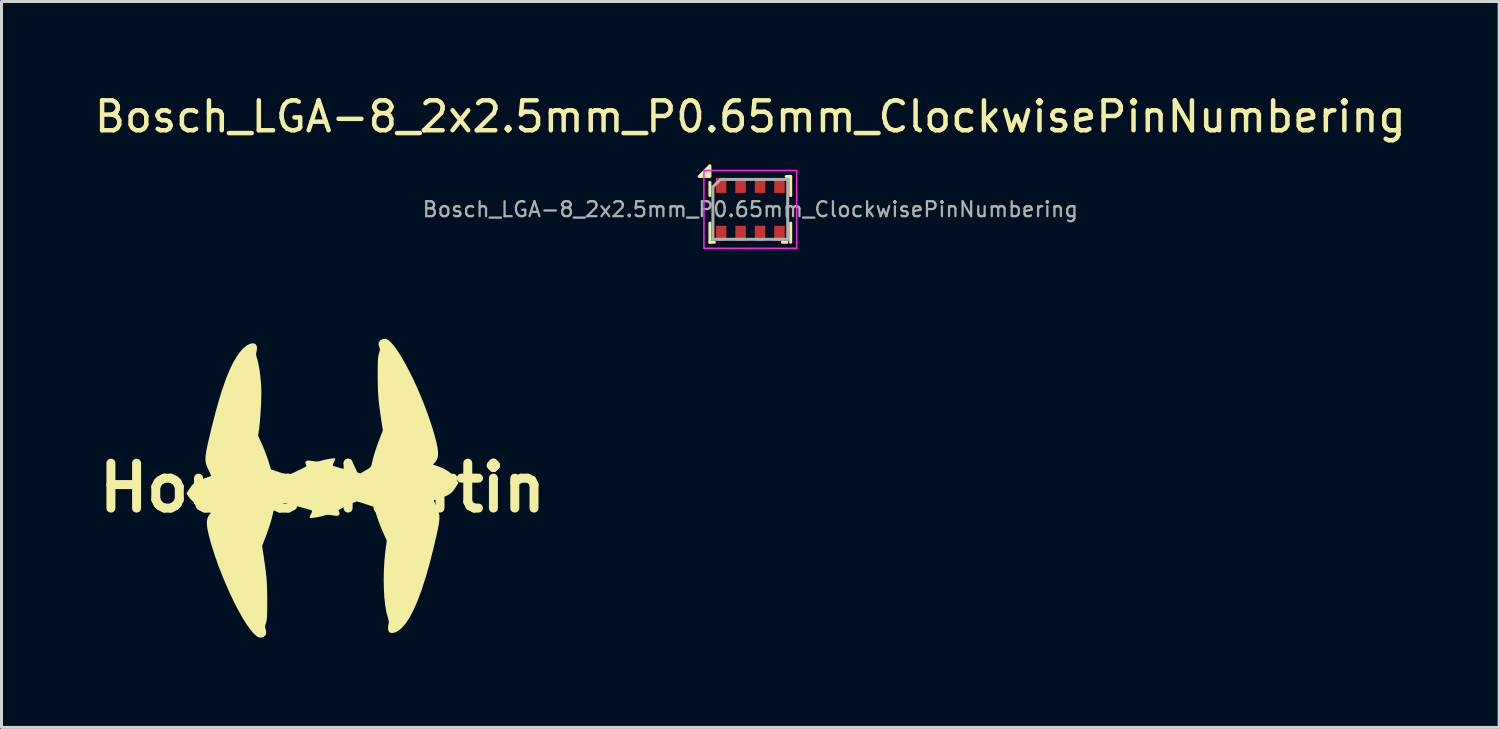
<source format=kicad_pcb>
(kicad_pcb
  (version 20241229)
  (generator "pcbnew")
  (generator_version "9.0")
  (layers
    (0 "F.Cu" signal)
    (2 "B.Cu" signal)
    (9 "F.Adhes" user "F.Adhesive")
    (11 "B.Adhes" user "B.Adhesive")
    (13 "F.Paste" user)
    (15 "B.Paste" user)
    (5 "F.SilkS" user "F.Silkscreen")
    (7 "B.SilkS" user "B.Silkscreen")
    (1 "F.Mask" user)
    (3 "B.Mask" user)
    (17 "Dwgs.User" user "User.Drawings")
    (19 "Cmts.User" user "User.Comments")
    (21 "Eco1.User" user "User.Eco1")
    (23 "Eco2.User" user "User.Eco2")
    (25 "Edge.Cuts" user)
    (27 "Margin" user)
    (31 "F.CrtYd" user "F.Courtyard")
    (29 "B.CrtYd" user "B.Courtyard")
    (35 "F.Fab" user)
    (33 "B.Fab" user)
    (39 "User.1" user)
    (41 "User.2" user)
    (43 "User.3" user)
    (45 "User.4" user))
  (footprint "House Martin"
    (layer "F.Cu")
    (at 7.729 13.255)
    (property "Reference" "House Martin" (at 0 0 0) (layer "F.SilkS") (effects (font (size 1.5 1.5) (thickness 0.3))))
    (attr board_only exclude_from_pos_files exclude_from_bom)
    (fp_poly (pts (xy 2.122 -4.979) (xy 2.205 -4.936) (xy 2.301 -4.849) (xy 2.408 -4.722) (xy 2.524 -4.558) (xy 2.646 -4.363) (xy 2.774 -4.139) (xy 2.905 -3.891) (xy 3.037 -3.624) (xy 3.167 -3.34) (xy 3.294 -3.045) (xy 3.415 -2.743) (xy 3.529 -2.437) (xy 3.633 -2.131) (xy 3.726 -1.831) (xy 3.742 -1.777) (xy 3.802 -1.55) (xy 3.842 -1.365) (xy 3.863 -1.214) (xy 3.863 -1.091) (xy 3.844 -0.992) (xy 3.806 -0.909) (xy 3.767 -0.856) (xy 3.693 -0.772) (xy 3.838 -0.727) (xy 4.054 -0.642) (xy 4.23 -0.535) (xy 4.376 -0.398) (xy 4.455 -0.297) (xy 4.547 -0.165) (xy 4.437 0.006) (xy 4.372 0.099) (xy 4.303 0.171) (xy 4.22 0.23) (xy 4.112 0.282) (xy 3.97 0.335) (xy 3.907 0.356) (xy 3.82 0.385) (xy 3.754 0.407) (xy 3.723 0.419) (xy 3.722 0.42) (xy 3.729 0.443) (xy 3.753 0.502) (xy 3.791 0.584) (xy 3.806 0.617) (xy 3.855 0.729) (xy 3.889 0.829) (xy 3.907 0.928) (xy 3.91 1.036) (xy 3.897 1.163) (xy 3.87 1.319) (xy 3.833 1.495) (xy 3.706 2.044) (xy 3.578 2.545) (xy 3.449 2.998) (xy 3.318 3.403) (xy 3.187 3.758) (xy 3.054 4.064) (xy 2.921 4.321) (xy 2.788 4.527) (xy 2.653 4.683) (xy 2.553 4.767) (xy 2.444 4.827) (xy 2.346 4.854) (xy 2.266 4.846) (xy 2.231 4.824) (xy 2.2 4.762) (xy 2.19 4.673) (xy 2.203 4.578) (xy 2.212 4.549) (xy 2.22 4.487) (xy 2.203 4.398) (xy 2.186 4.342) (xy 2.136 4.155) (xy 2.096 3.926) (xy 2.068 3.663) (xy 2.052 3.374) (xy 2.046 3.067) (xy 2.053 2.751) (xy 2.071 2.432) (xy 2.102 2.12) (xy 2.121 1.972) (xy 2.151 1.769) (xy 2.019 1.476) (xy 1.957 1.329) (xy 1.893 1.164) (xy 1.835 1.005) (xy 1.804 0.91) (xy 1.721 0.637) (xy 1.452 0.548) (xy 1.34 0.511) (xy 1.243 0.482) (xy 1.174 0.464) (xy 1.145 0.458) (xy 1.109 0.469) (xy 1.041 0.496) (xy 0.951 0.536) (xy 0.849 0.584) (xy 0.747 0.633) (xy 0.655 0.68) (xy 0.582 0.718) (xy 0.541 0.744) (xy 0.534 0.751) (xy 0.545 0.784) (xy 0.562 0.819) (xy 0.576 0.87) (xy 0.551 0.91) (xy 0.523 0.93) (xy 0.483 0.938) (xy 0.418 0.933) (xy 0.335 0.92) (xy 0.227 0.906) (xy 0.148 0.905) (xy 0.08 0.919) (xy 0.06 0.926) (xy -0.018 0.949) (xy -0.115 0.971) (xy -0.217 0.99) (xy -0.312 1.004) (xy -0.386 1.011) (xy -0.425 1.008) (xy -0.428 1.006) (xy -0.427 0.976) (xy -0.405 0.918) (xy -0.387 0.884) (xy -0.357 0.819) (xy -0.346 0.773) (xy -0.35 0.762) (xy -0.379 0.75) (xy -0.45 0.728) (xy -0.554 0.697) (xy -0.682 0.661) (xy -0.819 0.624) (xy -1.268 0.504) (xy -1.447 0.611) (xy -1.536 0.664) (xy -1.591 0.705) (xy -1.622 0.744) (xy -1.641 0.796) (xy -1.656 0.861) (xy -1.7 1.042) (xy -1.765 1.258) (xy -1.847 1.497) (xy -1.915 1.678) (xy -2.018 1.944) (xy -1.964 2.302) (xy -1.927 2.555) (xy -1.898 2.771) (xy -1.877 2.964) (xy -1.862 3.146) (xy -1.853 3.331) (xy -1.848 3.531) (xy -1.846 3.76) (xy -1.846 3.792) (xy -1.846 3.992) (xy -1.848 4.147) (xy -1.852 4.267) (xy -1.858 4.358) (xy -1.866 4.428) (xy -1.878 4.484) (xy -1.889 4.521) (xy -1.914 4.603) (xy -1.92 4.659) (xy -1.908 4.711) (xy -1.896 4.743) (xy -1.875 4.842) (xy -1.9 4.923) (xy -1.969 4.982) (xy -1.976 4.986) (xy -2.061 5.011) (xy -2.136 4.998) (xy -2.207 4.956) (xy -2.312 4.859) (xy -2.428 4.719) (xy -2.553 4.539) (xy -2.685 4.324) (xy -2.822 4.08) (xy -2.96 3.811) (xy -3.098 3.521) (xy -3.233 3.217) (xy -3.364 2.901) (xy -3.487 2.581) (xy -3.6 2.259) (xy -3.701 1.941) (xy -3.742 1.802) (xy -3.802 1.576) (xy -3.842 1.39) (xy -3.863 1.239) (xy -3.863 1.117) (xy -3.844 1.017) (xy -3.806 0.934) (xy -3.767 0.882) (xy -3.693 0.798) (xy -3.838 0.752) (xy -4.067 0.659) (xy -4.261 0.53) (xy -4.424 0.364) (xy -4.486 0.28) (xy -4.545 0.191) (xy -4.445 0.031) (xy -4.374 -0.07) (xy -4.295 -0.148) (xy -4.198 -0.213) (xy -4.07 -0.272) (xy -3.928 -0.323) (xy -3.836 -0.354) (xy -3.764 -0.378) (xy -3.725 -0.393) (xy -3.722 -0.394) (xy -3.729 -0.418) (xy -3.753 -0.477) (xy -3.791 -0.56) (xy -3.808 -0.597) (xy -3.846 -0.678) (xy -3.875 -0.752) (xy -3.897 -0.824) (xy -3.909 -0.899) (xy -3.912 -0.984) (xy -3.905 -1.083) (xy -3.888 -1.202) (xy -3.861 -1.346) (xy -3.822 -1.522) (xy -3.772 -1.735) (xy -3.71 -1.989) (xy -3.689 -2.074) (xy -3.57 -2.541) (xy -3.452 -2.959) (xy -3.335 -3.331) (xy -3.219 -3.657) (xy -3.103 -3.942) (xy -2.985 -4.185) (xy -2.865 -4.391) (xy -2.762 -4.536) (xy -2.655 -4.655) (xy -2.548 -4.744) (xy -2.445 -4.803) (xy -2.352 -4.83) (xy -2.276 -4.825) (xy -2.22 -4.785) (xy -2.191 -4.71) (xy -2.189 -4.67) (xy -2.196 -4.59) (xy -2.212 -4.524) (xy -2.22 -4.462) (xy -2.203 -4.373) (xy -2.185 -4.317) (xy -2.147 -4.176) (xy -2.112 -3.994) (xy -2.083 -3.781) (xy -2.059 -3.546) (xy -2.048 -3.385) (xy -2.044 -3.24) (xy -2.045 -3.058) (xy -2.051 -2.851) (xy -2.062 -2.631) (xy -2.076 -2.411) (xy -2.092 -2.205) (xy -2.111 -2.024) (xy -2.121 -1.947) (xy -2.151 -1.743) (xy -2.019 -1.451) (xy -1.957 -1.304) (xy -1.893 -1.14) (xy -1.836 -0.982) (xy -1.805 -0.887) (xy -1.722 -0.616) (xy -1.453 -0.524) (xy -1.341 -0.487) (xy -1.244 -0.457) (xy -1.174 -0.438) (xy -1.145 -0.433) (xy -1.109 -0.443) (xy -1.041 -0.471) (xy -0.951 -0.511) (xy -0.849 -0.558) (xy -0.747 -0.608) (xy -0.655 -0.654) (xy -0.582 -0.693) (xy -0.541 -0.719) (xy -0.534 -0.726) (xy -0.545 -0.758) (xy -0.562 -0.794) (xy -0.576 -0.845) (xy -0.551 -0.885) (xy -0.523 -0.905) (xy -0.483 -0.912) (xy -0.418 -0.907) (xy -0.335 -0.895) (xy -0.227 -0.88) (xy -0.148 -0.88) (xy -0.08 -0.894) (xy -0.06 -0.9) (xy 0.018 -0.923) (xy 0.115 -0.945) (xy 0.217 -0.965) (xy 0.312 -0.979) (xy 0.385 -0.985) (xy 0.425 -0.982) (xy 0.428 -0.981) (xy 0.426 -0.951) (xy 0.403 -0.894) (xy 0.385 -0.861) (xy 0.355 -0.796) (xy 0.344 -0.75) (xy 0.348 -0.738) (xy 0.378 -0.726) (xy 0.45 -0.703) (xy 0.554 -0.672) (xy 0.683 -0.636) (xy 0.82 -0.599) (xy 1.271 -0.481) (xy 1.449 -0.586) (xy 1.537 -0.639) (xy 1.591 -0.68) (xy 1.623 -0.72) (xy 1.642 -0.772) (xy 1.656 -0.836) (xy 1.7 -1.017) (xy 1.765 -1.232) (xy 1.847 -1.471) (xy 1.915 -1.653) (xy 2.018 -1.919) (xy 1.963 -2.276) (xy 1.927 -2.524) (xy 1.899 -2.735) (xy 1.878 -2.923) (xy 1.863 -3.104) (xy 1.854 -3.289) (xy 1.849 -3.494) (xy 1.847 -3.732) (xy 1.847 -3.754) (xy 1.847 -3.955) (xy 1.848 -4.112) (xy 1.851 -4.233) (xy 1.857 -4.326) (xy 1.865 -4.396) (xy 1.877 -4.453) (xy 1.889 -4.496) (xy 1.914 -4.577) (xy 1.92 -4.633) (xy 1.908 -4.686) (xy 1.896 -4.718) (xy 1.873 -4.793) (xy 1.879 -4.852) (xy 1.887 -4.871) (xy 1.94 -4.935) (xy 2.022 -4.975) (xy 2.109 -4.981)) (stroke (width 0) (type solid)) (fill yes) (layer "F.SilkS")))
  (footprint "Bosch_LGA-8_2x2.5mm_P0.65mm_ClockwisePinNumbering"
    (layer "F.Cu")
    (at 22.03 3.948)
    (property "Reference" "Bosch_LGA-8_2x2.5mm_P0.65mm_ClockwisePinNumbering" (at 0 -3.1 0) (layer "F.SilkS") (effects (font (size 1 1) (thickness 0.15))))
    (attr smd)
    (fp_line (start -1.35 -0.46) (end -1.35 -0.9) (stroke (width 0.1) (type solid)) (layer "F.SilkS"))
    (fp_line (start -1.35 1.1) (end -1.35 0.46) (stroke (width 0.1) (type solid)) (layer "F.SilkS"))
    (fp_line (start -1.35 1.1) (end -1.2 1.1) (stroke (width 0.1) (type solid)) (layer "F.SilkS"))
    (fp_line (start 1.075 1.1) (end 1.225 1.1) (stroke (width 0.1) (type solid)) (layer "F.SilkS"))
    (fp_line (start 1.2 -1.1) (end 1.35 -1.1) (stroke (width 0.1) (type solid)) (layer "F.SilkS"))
    (fp_line (start 1.35 -0.46) (end 1.35 -1.1) (stroke (width 0.1) (type solid)) (layer "F.SilkS"))
    (fp_line (start 1.35 1.1) (end 1.35 0.46) (stroke (width 0.1) (type solid)) (layer "F.SilkS"))
    (fp_poly (pts (xy -1.35 -1.1) (xy -1.71 -1.1) (xy -1.35 -1.46) (xy -1.35 -1.1)) (stroke (width 0.1) (type solid)) (fill yes) (layer "F.SilkS"))
    (fp_line (start -1.55 -1.3) (end 1.55 -1.3) (stroke (width 0.05) (type solid)) (layer "F.CrtYd"))
    (fp_line (start -1.55 1.3) (end -1.55 -1.3) (stroke (width 0.05) (type solid)) (layer "F.CrtYd"))
    (fp_line (start 1.55 -1.3) (end 1.55 1.3) (stroke (width 0.05) (type solid)) (layer "F.CrtYd"))
    (fp_line (start 1.55 1.3) (end -1.55 1.3) (stroke (width 0.05) (type solid)) (layer "F.CrtYd"))
    (fp_line (start -1.25 1) (end -1.25 -0.75) (stroke (width 0.1) (type solid)) (layer "F.Fab"))
    (fp_line (start -1.25 1) (end 1.25 1) (stroke (width 0.1) (type solid)) (layer "F.Fab"))
    (fp_line (start -1 -1) (end -1.25 -0.75) (stroke (width 0.1) (type solid)) (layer "F.Fab"))
    (fp_line (start 1.25 -1) (end -1 -1) (stroke (width 0.1) (type solid)) (layer "F.Fab"))
    (fp_line (start 1.25 -1) (end 1.25 1) (stroke (width 0.1) (type solid)) (layer "F.Fab"))
    (fp_text user "${REFERENCE}" (at 0 0 0) (layer "F.Fab") (effects (font (size 0.5 0.5) (thickness 0.075))))
    (pad "1" smd rect (at -0.975 -0.8 90) (size 0.5 0.35) (layers "F.Cu" "F.Mask" "F.Paste"))
    (pad "2" smd rect (at -0.325 -0.8 90) (size 0.5 0.35) (layers "F.Cu" "F.Mask" "F.Paste"))
    (pad "3" smd rect (at 0.325 -0.8 90) (size 0.5 0.35) (layers "F.Cu" "F.Mask" "F.Paste"))
    (pad "4" smd rect (at 0.975 -0.8 90) (size 0.5 0.35) (layers "F.Cu" "F.Mask" "F.Paste"))
    (pad "5" smd rect (at 0.975 0.8 90) (size 0.5 0.35) (layers "F.Cu" "F.Mask" "F.Paste"))
    (pad "6" smd rect (at 0.325 0.8 90) (size 0.5 0.35) (layers "F.Cu" "F.Mask" "F.Paste"))
    (pad "7" smd rect (at -0.325 0.8 90) (size 0.5 0.35) (layers "F.Cu" "F.Mask" "F.Paste"))
    (pad "8" smd rect (at -0.975 0.8 90) (size 0.5 0.35) (layers "F.Cu" "F.Mask" "F.Paste")))
  (gr_rect
    (start -3 -3)
    (end 47.06 21.266)
    (stroke (width 0.1) (type default))
    (fill no)
    (layer "Edge.Cuts")))
</source>
